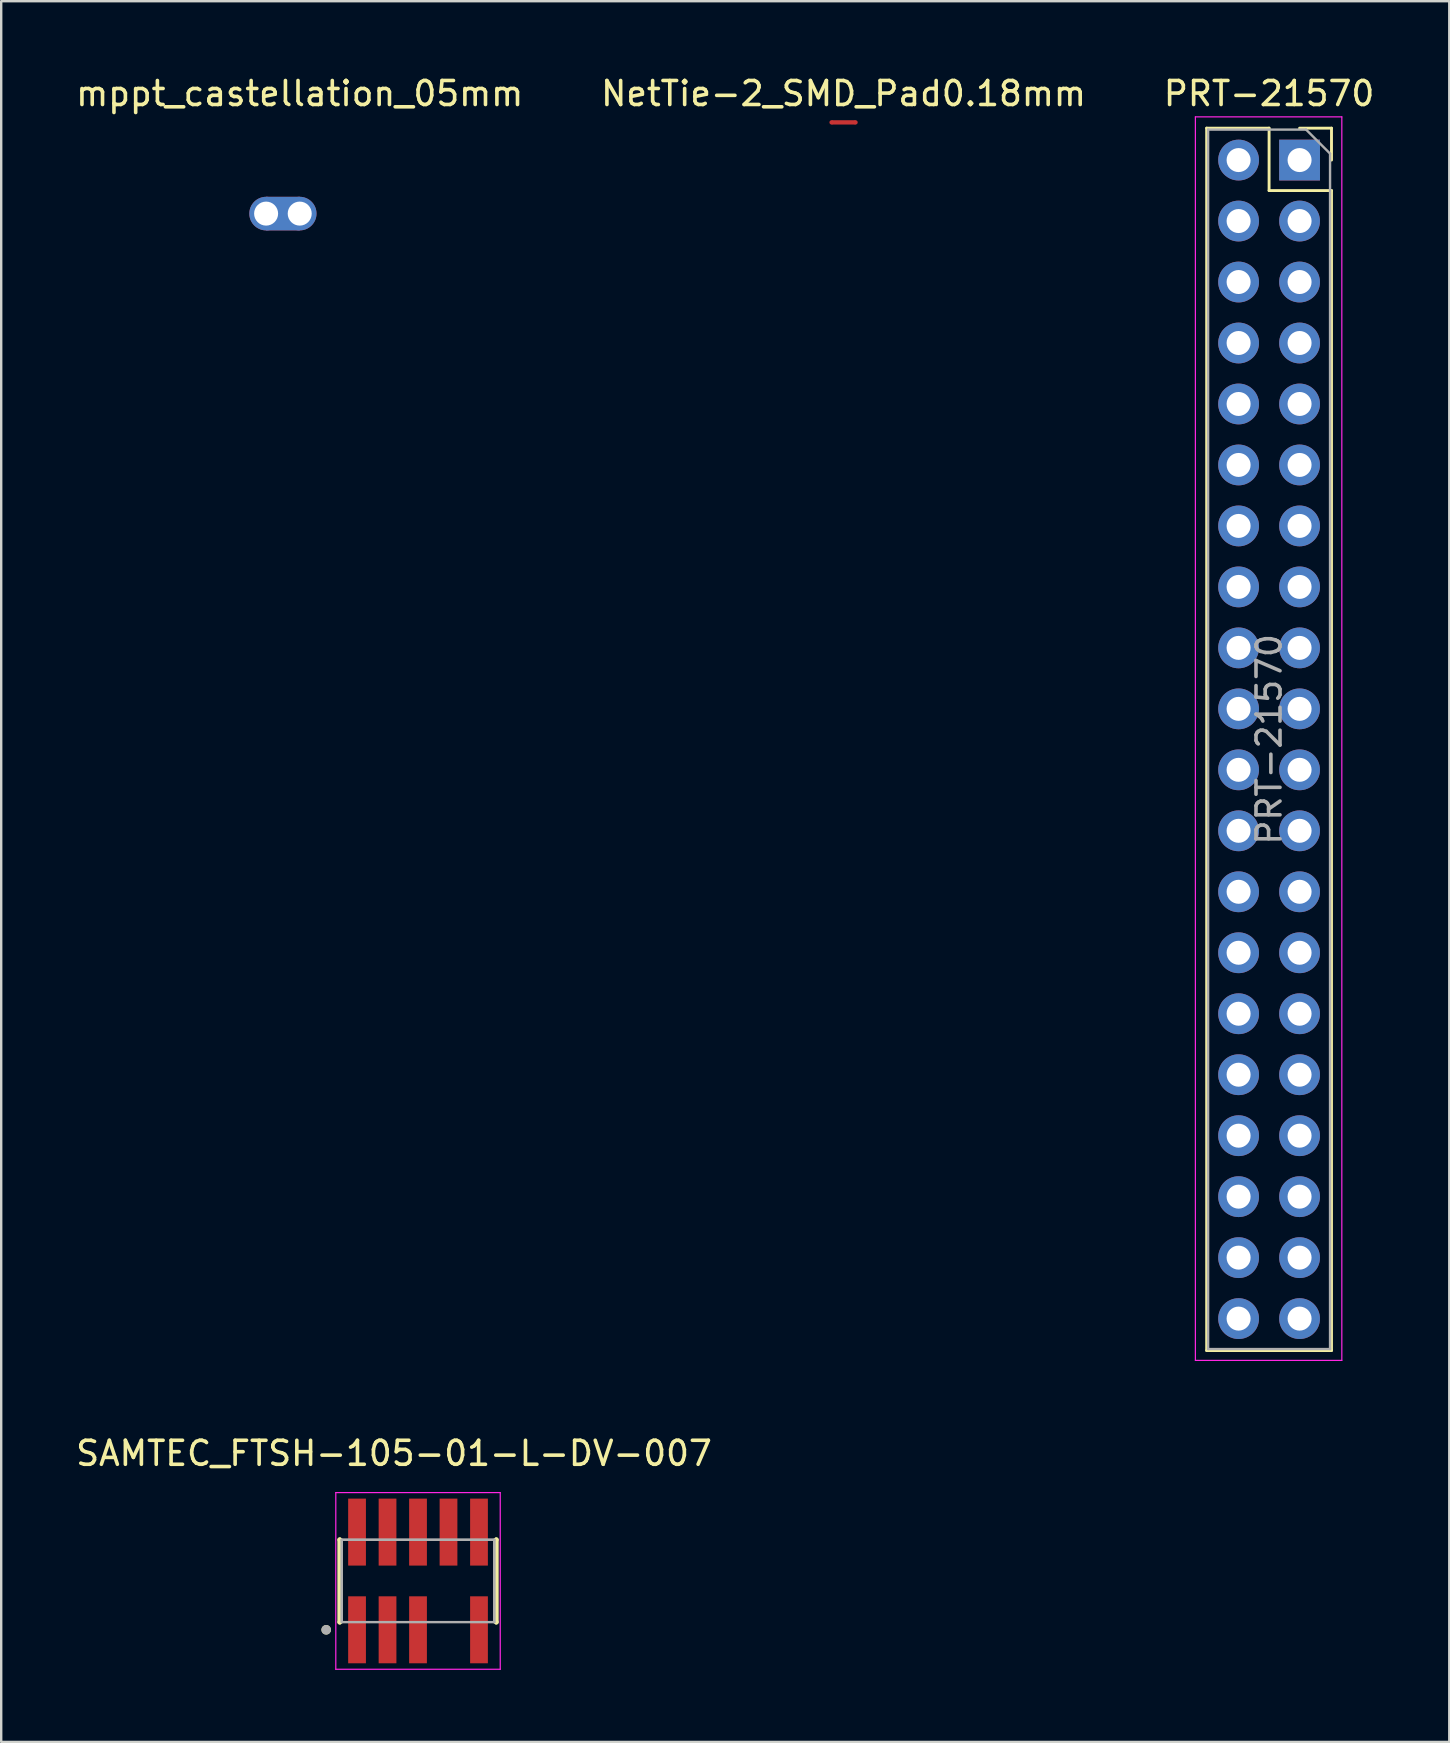
<source format=kicad_pcb>
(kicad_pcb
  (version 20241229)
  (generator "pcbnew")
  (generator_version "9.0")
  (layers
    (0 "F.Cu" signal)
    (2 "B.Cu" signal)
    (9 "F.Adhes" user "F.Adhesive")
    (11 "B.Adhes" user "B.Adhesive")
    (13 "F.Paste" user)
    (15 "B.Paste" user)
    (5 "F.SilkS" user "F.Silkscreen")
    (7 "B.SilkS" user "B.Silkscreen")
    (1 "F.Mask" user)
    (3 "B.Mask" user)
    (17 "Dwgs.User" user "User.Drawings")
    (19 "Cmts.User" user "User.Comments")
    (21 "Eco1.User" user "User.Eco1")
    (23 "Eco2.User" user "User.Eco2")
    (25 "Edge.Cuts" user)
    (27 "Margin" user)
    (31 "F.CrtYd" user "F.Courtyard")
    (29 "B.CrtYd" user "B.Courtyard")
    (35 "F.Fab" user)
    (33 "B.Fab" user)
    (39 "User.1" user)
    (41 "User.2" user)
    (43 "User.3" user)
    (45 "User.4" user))
  (footprint "PRT-21570"
    (layer "F.Cu")
    (at 51.085 3.618)
    (property "Reference" "PRT-21570" (at -1.27 -2.77 0) (layer "F.SilkS") (effects (font (size 1 1) (thickness 0.15))))
    (attr through_hole)
    (fp_line (start -3.87 -1.33) (end -3.87 49.59) (stroke (width 0.12) (type solid)) (layer "F.SilkS"))
    (fp_line (start -3.87 -1.33) (end -1.27 -1.33) (stroke (width 0.12) (type solid)) (layer "F.SilkS"))
    (fp_line (start -3.87 49.59) (end 1.33 49.59) (stroke (width 0.12) (type solid)) (layer "F.SilkS"))
    (fp_line (start -1.27 -1.33) (end -1.27 1.27) (stroke (width 0.12) (type solid)) (layer "F.SilkS"))
    (fp_line (start -1.27 1.27) (end 1.33 1.27) (stroke (width 0.12) (type solid)) (layer "F.SilkS"))
    (fp_line (start 0 -1.33) (end 1.33 -1.33) (stroke (width 0.12) (type solid)) (layer "F.SilkS"))
    (fp_line (start 1.33 -1.33) (end 1.33 0) (stroke (width 0.12) (type solid)) (layer "F.SilkS"))
    (fp_line (start 1.33 1.27) (end 1.33 49.59) (stroke (width 0.12) (type solid)) (layer "F.SilkS"))
    (fp_line (start -4.34 -1.8) (end 1.76 -1.8) (stroke (width 0.05) (type solid)) (layer "F.CrtYd"))
    (fp_line (start -4.34 50) (end -4.34 -1.8) (stroke (width 0.05) (type solid)) (layer "F.CrtYd"))
    (fp_line (start 1.76 -1.8) (end 1.76 50) (stroke (width 0.05) (type solid)) (layer "F.CrtYd"))
    (fp_line (start 1.76 50) (end -4.34 50) (stroke (width 0.05) (type solid)) (layer "F.CrtYd"))
    (fp_line (start -3.81 -1.27) (end 0.27 -1.27) (stroke (width 0.1) (type solid)) (layer "F.Fab"))
    (fp_line (start -3.81 49.53) (end -3.81 -1.27) (stroke (width 0.1) (type solid)) (layer "F.Fab"))
    (fp_line (start 0.27 -1.27) (end 1.27 -0.27) (stroke (width 0.1) (type solid)) (layer "F.Fab"))
    (fp_line (start 1.27 -0.27) (end 1.27 49.53) (stroke (width 0.1) (type solid)) (layer "F.Fab"))
    (fp_line (start 1.27 49.53) (end -3.81 49.53) (stroke (width 0.1) (type solid)) (layer "F.Fab"))
    (fp_text user "${REFERENCE}" (at -1.27 24.13 90) (layer "F.Fab") (effects (font (size 1 1) (thickness 0.15))))
    (pad "1" thru_hole rect (at 0 0) (size 1.7 1.7) (drill 1) (layers "*.Cu" "*.Mask"))
    (pad "2" thru_hole oval (at -2.54 0) (size 1.7 1.7) (drill 1) (layers "*.Cu" "*.Mask"))
    (pad "3" thru_hole oval (at 0 2.54) (size 1.7 1.7) (drill 1) (layers "*.Cu" "*.Mask"))
    (pad "4" thru_hole oval (at -2.54 2.54) (size 1.7 1.7) (drill 1) (layers "*.Cu" "*.Mask"))
    (pad "5" thru_hole oval (at 0 5.08) (size 1.7 1.7) (drill 1) (layers "*.Cu" "*.Mask"))
    (pad "6" thru_hole oval (at -2.54 5.08) (size 1.7 1.7) (drill 1) (layers "*.Cu" "*.Mask"))
    (pad "7" thru_hole oval (at 0 7.62) (size 1.7 1.7) (drill 1) (layers "*.Cu" "*.Mask"))
    (pad "8" thru_hole oval (at -2.54 7.62) (size 1.7 1.7) (drill 1) (layers "*.Cu" "*.Mask"))
    (pad "9" thru_hole oval (at 0 10.16) (size 1.7 1.7) (drill 1) (layers "*.Cu" "*.Mask"))
    (pad "10" thru_hole oval (at -2.54 10.16) (size 1.7 1.7) (drill 1) (layers "*.Cu" "*.Mask"))
    (pad "11" thru_hole oval (at 0 12.7) (size 1.7 1.7) (drill 1) (layers "*.Cu" "*.Mask"))
    (pad "12" thru_hole oval (at -2.54 12.7) (size 1.7 1.7) (drill 1) (layers "*.Cu" "*.Mask"))
    (pad "13" thru_hole oval (at 0 15.24) (size 1.7 1.7) (drill 1) (layers "*.Cu" "*.Mask"))
    (pad "14" thru_hole oval (at -2.54 15.24) (size 1.7 1.7) (drill 1) (layers "*.Cu" "*.Mask"))
    (pad "15" thru_hole oval (at 0 17.78) (size 1.7 1.7) (drill 1) (layers "*.Cu" "*.Mask"))
    (pad "16" thru_hole oval (at -2.54 17.78) (size 1.7 1.7) (drill 1) (layers "*.Cu" "*.Mask"))
    (pad "17" thru_hole oval (at 0 20.32) (size 1.7 1.7) (drill 1) (layers "*.Cu" "*.Mask"))
    (pad "18" thru_hole oval (at -2.54 20.32) (size 1.7 1.7) (drill 1) (layers "*.Cu" "*.Mask"))
    (pad "19" thru_hole oval (at 0 22.86) (size 1.7 1.7) (drill 1) (layers "*.Cu" "*.Mask"))
    (pad "20" thru_hole oval (at -2.54 22.86) (size 1.7 1.7) (drill 1) (layers "*.Cu" "*.Mask"))
    (pad "21" thru_hole oval (at 0 25.4) (size 1.7 1.7) (drill 1) (layers "*.Cu" "*.Mask"))
    (pad "22" thru_hole oval (at -2.54 25.4) (size 1.7 1.7) (drill 1) (layers "*.Cu" "*.Mask"))
    (pad "23" thru_hole oval (at 0 27.94) (size 1.7 1.7) (drill 1) (layers "*.Cu" "*.Mask"))
    (pad "24" thru_hole oval (at -2.54 27.94) (size 1.7 1.7) (drill 1) (layers "*.Cu" "*.Mask"))
    (pad "25" thru_hole oval (at 0 30.48) (size 1.7 1.7) (drill 1) (layers "*.Cu" "*.Mask"))
    (pad "26" thru_hole oval (at -2.54 30.48) (size 1.7 1.7) (drill 1) (layers "*.Cu" "*.Mask"))
    (pad "27" thru_hole oval (at 0 33.02) (size 1.7 1.7) (drill 1) (layers "*.Cu" "*.Mask"))
    (pad "28" thru_hole oval (at -2.54 33.02) (size 1.7 1.7) (drill 1) (layers "*.Cu" "*.Mask"))
    (pad "29" thru_hole oval (at 0 35.56) (size 1.7 1.7) (drill 1) (layers "*.Cu" "*.Mask"))
    (pad "30" thru_hole oval (at -2.54 35.56) (size 1.7 1.7) (drill 1) (layers "*.Cu" "*.Mask"))
    (pad "31" thru_hole oval (at 0 38.1) (size 1.7 1.7) (drill 1) (layers "*.Cu" "*.Mask"))
    (pad "32" thru_hole oval (at -2.54 38.1) (size 1.7 1.7) (drill 1) (layers "*.Cu" "*.Mask"))
    (pad "33" thru_hole oval (at 0 40.64) (size 1.7 1.7) (drill 1) (layers "*.Cu" "*.Mask"))
    (pad "34" thru_hole oval (at -2.54 40.64) (size 1.7 1.7) (drill 1) (layers "*.Cu" "*.Mask"))
    (pad "35" thru_hole oval (at 0 43.18) (size 1.7 1.7) (drill 1) (layers "*.Cu" "*.Mask"))
    (pad "36" thru_hole oval (at -2.54 43.18) (size 1.7 1.7) (drill 1) (layers "*.Cu" "*.Mask"))
    (pad "37" thru_hole oval (at 0 45.72) (size 1.7 1.7) (drill 1) (layers "*.Cu" "*.Mask"))
    (pad "38" thru_hole oval (at -2.54 45.72) (size 1.7 1.7) (drill 1) (layers "*.Cu" "*.Mask"))
    (pad "39" thru_hole oval (at 0 48.26) (size 1.7 1.7) (drill 1) (layers "*.Cu" "*.Mask"))
    (pad "40" thru_hole oval (at -2.54 48.26) (size 1.7 1.7) (drill 1) (layers "*.Cu" "*.Mask")))
  (footprint "mppt_castellation_05mm"
    (layer "F.Cu")
    (at 9.435 5.848)
    (property "Reference" "mppt_castellation_05mm" (at 0 -5 0) (unlocked yes) (layer "F.SilkS") (effects (font (size 1 1) (thickness 0.15))))
    (attr through_hole exclude_from_pos_files)
    (pad "1" thru_hole circle (at -1.4 0) (size 1.4 1.4) (drill 1) (layers "*.Cu" "*.Mask"))
    (pad "1" smd rect (at -0.7 0) (size 1.4 1.4) (layers "F.Cu" "F.Mask"))
    (pad "1" smd rect (at -0.7 0) (size 1.4 1.4) (layers "B.Cu" "B.Mask"))
    (pad "1" thru_hole circle (at 0 0) (size 1.4 1.4) (drill 1) (layers "*.Cu" "*.Mask")))
  (footprint "NetTie-2_SMD_Pad0.18mm"
    (layer "F.Cu")
    (at 32.089 2.048)
    (property "Reference" "NetTie-2_SMD_Pad0.18mm" (at 0 -1.2 180) (layer "F.SilkS") (effects (font (size 1 1) (thickness 0.15))))
    (attr exclude_from_pos_files exclude_from_bom allow_missing_courtyard)
    (fp_poly (pts (xy -0.5 -0.09) (xy 0.5 -0.09) (xy 0.5 0.09) (xy -0.5 0.09)) (stroke (width 0) (type solid)) (fill yes) (layer "F.Cu"))
    (pad "1" smd circle (at -0.5 0) (size 0.18 0.18) (layers "F.Cu"))
    (pad "2" smd circle (at 0.5 0) (size 0.18 0.18) (layers "F.Cu")))
  (footprint "SAMTEC_FTSH-105-01-L-DV-007"
    (layer "F.Cu")
    (at 14.363 62.806)
    (property "Reference" "SAMTEC_FTSH-105-01-L-DV-007" (at -1 -5.315 0) (layer "F.SilkS") (effects (font (size 1 1) (thickness 0.15))))
    (attr smd)
    (fp_line (start -3.26 -1.715) (end -3.26 -1.715) (stroke (width 0.2) (type solid)) (layer "F.SilkS"))
    (fp_line (start -3.26 1.715) (end -3.26 -1.715) (stroke (width 0.2) (type solid)) (layer "F.SilkS"))
    (fp_line (start -3.26 1.715) (end -3.26 1.715) (stroke (width 0.2) (type solid)) (layer "F.SilkS"))
    (fp_line (start 3.26 -1.715) (end 3.26 -1.715) (stroke (width 0.2) (type solid)) (layer "F.SilkS"))
    (fp_line (start 3.26 -1.715) (end 3.26 1.715) (stroke (width 0.2) (type solid)) (layer "F.SilkS"))
    (fp_line (start 3.26 1.715) (end 3.26 1.715) (stroke (width 0.2) (type solid)) (layer "F.SilkS"))
    (fp_circle (center -3.825 2.035) (end -3.725 2.035) (stroke (width 0.2) (type solid)) (fill no) (layer "F.SilkS"))
    (fp_line (start -3.425 -3.68) (end 3.425 -3.68) (stroke (width 0.05) (type solid)) (layer "F.CrtYd"))
    (fp_line (start -3.425 3.68) (end -3.425 -3.68) (stroke (width 0.05) (type solid)) (layer "F.CrtYd"))
    (fp_line (start 3.425 -3.68) (end 3.425 3.68) (stroke (width 0.05) (type solid)) (layer "F.CrtYd"))
    (fp_line (start 3.425 3.68) (end -3.425 3.68) (stroke (width 0.05) (type solid)) (layer "F.CrtYd"))
    (fp_line (start -3.175 -1.715) (end 3.175 -1.715) (stroke (width 0.1) (type solid)) (layer "F.Fab"))
    (fp_line (start -3.175 -1.715) (end 3.175 -1.715) (stroke (width 0.1) (type solid)) (layer "F.Fab"))
    (fp_line (start -3.175 1.715) (end -3.175 -1.715) (stroke (width 0.1) (type solid)) (layer "F.Fab"))
    (fp_line (start -3.175 1.715) (end -3.175 -1.715) (stroke (width 0.1) (type solid)) (layer "F.Fab"))
    (fp_line (start 3.175 -1.715) (end 3.175 1.715) (stroke (width 0.1) (type solid)) (layer "F.Fab"))
    (fp_line (start 3.175 -1.715) (end 3.175 1.715) (stroke (width 0.1) (type solid)) (layer "F.Fab"))
    (fp_line (start 3.175 1.715) (end -3.175 1.715) (stroke (width 0.1) (type solid)) (layer "F.Fab"))
    (fp_circle (center -3.825 2.035) (end -3.725 2.035) (stroke (width 0.2) (type solid)) (fill no) (layer "F.Fab"))
    (pad "1" smd rect (at -2.54 2.035) (size 0.74 2.79) (layers "F.Cu" "F.Mask" "F.Paste"))
    (pad "2" smd rect (at -2.54 -2.035) (size 0.74 2.79) (layers "F.Cu" "F.Mask" "F.Paste"))
    (pad "3" smd rect (at -1.27 2.035) (size 0.74 2.79) (layers "F.Cu" "F.Mask" "F.Paste"))
    (pad "4" smd rect (at -1.27 -2.035) (size 0.74 2.79) (layers "F.Cu" "F.Mask" "F.Paste"))
    (pad "5" smd rect (at 0 2.035) (size 0.74 2.79) (layers "F.Cu" "F.Mask" "F.Paste"))
    (pad "6" smd rect (at 0 -2.035) (size 0.74 2.79) (layers "F.Cu" "F.Mask" "F.Paste"))
    (pad "8" smd rect (at 1.27 -2.035) (size 0.74 2.79) (layers "F.Cu" "F.Mask" "F.Paste"))
    (pad "9" smd rect (at 2.54 2.035) (size 0.74 2.79) (layers "F.Cu" "F.Mask" "F.Paste"))
    (pad "10" smd rect (at 2.54 -2.035) (size 0.74 2.79) (layers "F.Cu" "F.Mask" "F.Paste")))
  (gr_rect
    (start -3 -3)
    (end 57.321 69.511)
    (stroke (width 0.1) (type default))
    (fill no)
    (layer "Edge.Cuts")))
</source>
